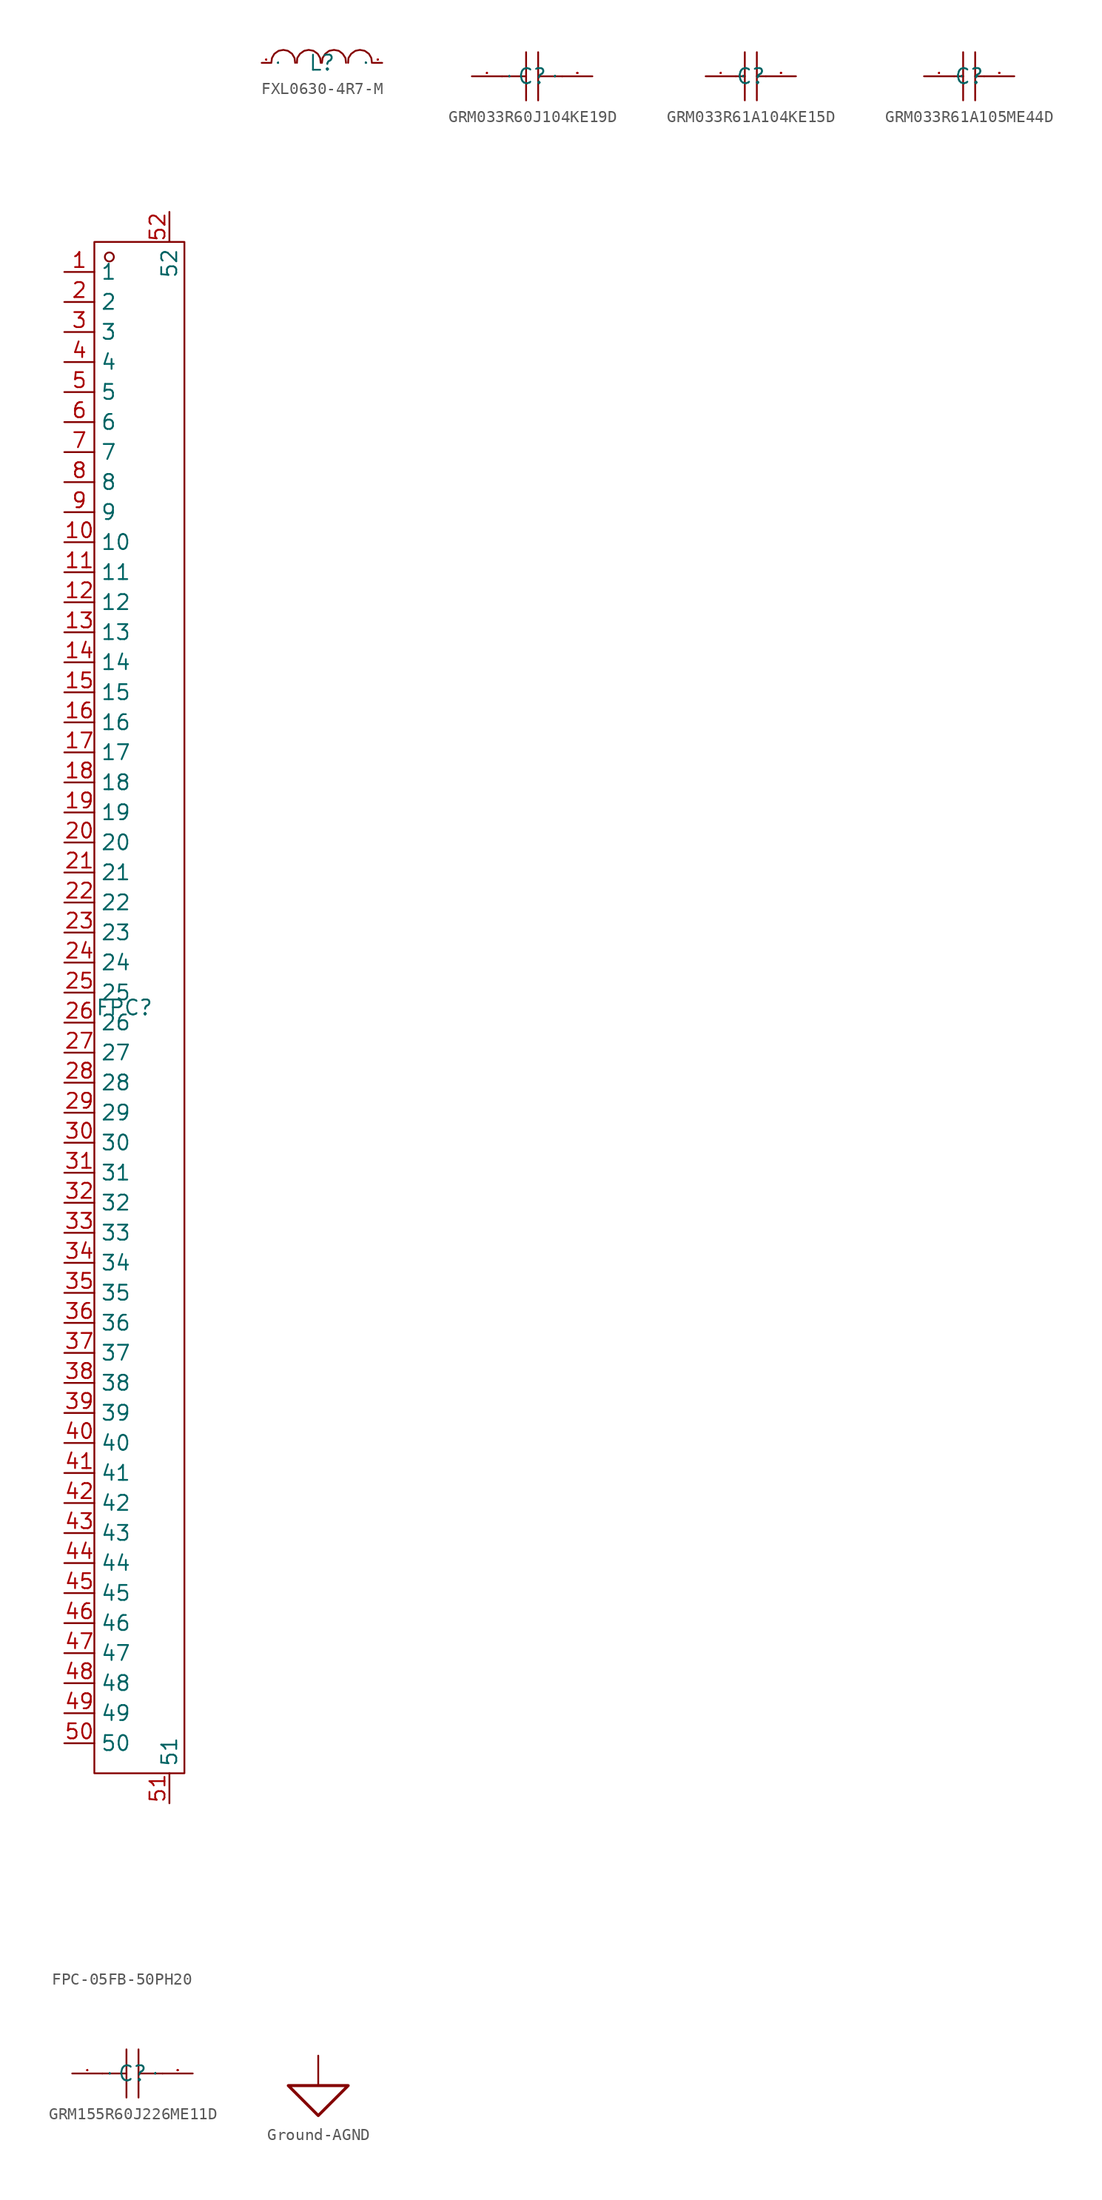
<source format=kicad_sym>
(kicad_symbol_lib
  (version 20231120)
  (generator "kicad_symbol_editor")
  (generator_version "8.0")
  (symbol "FPC-05FB-50PH20"
    (property "Reference" "FPC"
      (at 0 0 0)
      (effects (font (size 1.27 1.27))))
    (property "Value" ""
      (at 0 0 0)
      (effects (font (size 1.27 1.27))))
    (symbol "FPC-05FB-50PH20_1_0"
      (rectangle (start -2.54 -64.77) (end 5.08 64.77) (stroke (width 0) (type default)) (fill (type none)))
      (circle (center -1.27 63.5) (radius 0.381) (stroke (width 0) (type default)) (fill (type none)))
      (pin unspecified line (at -5.08 62.23 0) (length 2.54) (name "1" (effects (font (size 1.27 1.27)))) (number "1" (effects (font (size 1.27 1.27)))))
      (pin unspecified line (at -5.08 39.37 0) (length 2.54) (name "10" (effects (font (size 1.27 1.27)))) (number "10" (effects (font (size 1.27 1.27)))))
      (pin unspecified line (at -5.08 36.83 0) (length 2.54) (name "11" (effects (font (size 1.27 1.27)))) (number "11" (effects (font (size 1.27 1.27)))))
      (pin unspecified line (at -5.08 34.29 0) (length 2.54) (name "12" (effects (font (size 1.27 1.27)))) (number "12" (effects (font (size 1.27 1.27)))))
      (pin unspecified line (at -5.08 31.75 0) (length 2.54) (name "13" (effects (font (size 1.27 1.27)))) (number "13" (effects (font (size 1.27 1.27)))))
      (pin unspecified line (at -5.08 29.21 0) (length 2.54) (name "14" (effects (font (size 1.27 1.27)))) (number "14" (effects (font (size 1.27 1.27)))))
      (pin unspecified line (at -5.08 26.67 0) (length 2.54) (name "15" (effects (font (size 1.27 1.27)))) (number "15" (effects (font (size 1.27 1.27)))))
      (pin unspecified line (at -5.08 24.13 0) (length 2.54) (name "16" (effects (font (size 1.27 1.27)))) (number "16" (effects (font (size 1.27 1.27)))))
      (pin unspecified line (at -5.08 21.59 0) (length 2.54) (name "17" (effects (font (size 1.27 1.27)))) (number "17" (effects (font (size 1.27 1.27)))))
      (pin unspecified line (at -5.08 19.05 0) (length 2.54) (name "18" (effects (font (size 1.27 1.27)))) (number "18" (effects (font (size 1.27 1.27)))))
      (pin unspecified line (at -5.08 16.51 0) (length 2.54) (name "19" (effects (font (size 1.27 1.27)))) (number "19" (effects (font (size 1.27 1.27)))))
      (pin unspecified line (at -5.08 59.69 0) (length 2.54) (name "2" (effects (font (size 1.27 1.27)))) (number "2" (effects (font (size 1.27 1.27)))))
      (pin unspecified line (at -5.08 13.97 0) (length 2.54) (name "20" (effects (font (size 1.27 1.27)))) (number "20" (effects (font (size 1.27 1.27)))))
      (pin unspecified line (at -5.08 11.43 0) (length 2.54) (name "21" (effects (font (size 1.27 1.27)))) (number "21" (effects (font (size 1.27 1.27)))))
      (pin unspecified line (at -5.08 8.89 0) (length 2.54) (name "22" (effects (font (size 1.27 1.27)))) (number "22" (effects (font (size 1.27 1.27)))))
      (pin unspecified line (at -5.08 6.35 0) (length 2.54) (name "23" (effects (font (size 1.27 1.27)))) (number "23" (effects (font (size 1.27 1.27)))))
      (pin unspecified line (at -5.08 3.81 0) (length 2.54) (name "24" (effects (font (size 1.27 1.27)))) (number "24" (effects (font (size 1.27 1.27)))))
      (pin unspecified line (at -5.08 1.27 0) (length 2.54) (name "25" (effects (font (size 1.27 1.27)))) (number "25" (effects (font (size 1.27 1.27)))))
      (pin unspecified line (at -5.08 -1.27 0) (length 2.54) (name "26" (effects (font (size 1.27 1.27)))) (number "26" (effects (font (size 1.27 1.27)))))
      (pin unspecified line (at -5.08 -3.81 0) (length 2.54) (name "27" (effects (font (size 1.27 1.27)))) (number "27" (effects (font (size 1.27 1.27)))))
      (pin unspecified line (at -5.08 -6.35 0) (length 2.54) (name "28" (effects (font (size 1.27 1.27)))) (number "28" (effects (font (size 1.27 1.27)))))
      (pin unspecified line (at -5.08 -8.89 0) (length 2.54) (name "29" (effects (font (size 1.27 1.27)))) (number "29" (effects (font (size 1.27 1.27)))))
      (pin unspecified line (at -5.08 57.15 0) (length 2.54) (name "3" (effects (font (size 1.27 1.27)))) (number "3" (effects (font (size 1.27 1.27)))))
      (pin unspecified line (at -5.08 -11.43 0) (length 2.54) (name "30" (effects (font (size 1.27 1.27)))) (number "30" (effects (font (size 1.27 1.27)))))
      (pin unspecified line (at -5.08 -13.97 0) (length 2.54) (name "31" (effects (font (size 1.27 1.27)))) (number "31" (effects (font (size 1.27 1.27)))))
      (pin unspecified line (at -5.08 -16.51 0) (length 2.54) (name "32" (effects (font (size 1.27 1.27)))) (number "32" (effects (font (size 1.27 1.27)))))
      (pin unspecified line (at -5.08 -19.05 0) (length 2.54) (name "33" (effects (font (size 1.27 1.27)))) (number "33" (effects (font (size 1.27 1.27)))))
      (pin unspecified line (at -5.08 -21.59 0) (length 2.54) (name "34" (effects (font (size 1.27 1.27)))) (number "34" (effects (font (size 1.27 1.27)))))
      (pin unspecified line (at -5.08 -24.13 0) (length 2.54) (name "35" (effects (font (size 1.27 1.27)))) (number "35" (effects (font (size 1.27 1.27)))))
      (pin unspecified line (at -5.08 -26.67 0) (length 2.54) (name "36" (effects (font (size 1.27 1.27)))) (number "36" (effects (font (size 1.27 1.27)))))
      (pin unspecified line (at -5.08 -29.21 0) (length 2.54) (name "37" (effects (font (size 1.27 1.27)))) (number "37" (effects (font (size 1.27 1.27)))))
      (pin unspecified line (at -5.08 -31.75 0) (length 2.54) (name "38" (effects (font (size 1.27 1.27)))) (number "38" (effects (font (size 1.27 1.27)))))
      (pin unspecified line (at -5.08 -34.29 0) (length 2.54) (name "39" (effects (font (size 1.27 1.27)))) (number "39" (effects (font (size 1.27 1.27)))))
      (pin unspecified line (at -5.08 54.61 0) (length 2.54) (name "4" (effects (font (size 1.27 1.27)))) (number "4" (effects (font (size 1.27 1.27)))))
      (pin unspecified line (at -5.08 -36.83 0) (length 2.54) (name "40" (effects (font (size 1.27 1.27)))) (number "40" (effects (font (size 1.27 1.27)))))
      (pin unspecified line (at -5.08 -39.37 0) (length 2.54) (name "41" (effects (font (size 1.27 1.27)))) (number "41" (effects (font (size 1.27 1.27)))))
      (pin unspecified line (at -5.08 -41.91 0) (length 2.54) (name "42" (effects (font (size 1.27 1.27)))) (number "42" (effects (font (size 1.27 1.27)))))
      (pin unspecified line (at -5.08 -44.45 0) (length 2.54) (name "43" (effects (font (size 1.27 1.27)))) (number "43" (effects (font (size 1.27 1.27)))))
      (pin unspecified line (at -5.08 -46.99 0) (length 2.54) (name "44" (effects (font (size 1.27 1.27)))) (number "44" (effects (font (size 1.27 1.27)))))
      (pin unspecified line (at -5.08 -49.53 0) (length 2.54) (name "45" (effects (font (size 1.27 1.27)))) (number "45" (effects (font (size 1.27 1.27)))))
      (pin unspecified line (at -5.08 -52.07 0) (length 2.54) (name "46" (effects (font (size 1.27 1.27)))) (number "46" (effects (font (size 1.27 1.27)))))
      (pin unspecified line (at -5.08 -54.61 0) (length 2.54) (name "47" (effects (font (size 1.27 1.27)))) (number "47" (effects (font (size 1.27 1.27)))))
      (pin unspecified line (at -5.08 -57.15 0) (length 2.54) (name "48" (effects (font (size 1.27 1.27)))) (number "48" (effects (font (size 1.27 1.27)))))
      (pin unspecified line (at -5.08 -59.69 0) (length 2.54) (name "49" (effects (font (size 1.27 1.27)))) (number "49" (effects (font (size 1.27 1.27)))))
      (pin unspecified line (at -5.08 52.07 0) (length 2.54) (name "5" (effects (font (size 1.27 1.27)))) (number "5" (effects (font (size 1.27 1.27)))))
      (pin unspecified line (at -5.08 -62.23 0) (length 2.54) (name "50" (effects (font (size 1.27 1.27)))) (number "50" (effects (font (size 1.27 1.27)))))
      (pin unspecified line (at 3.81 -67.31 90) (length 2.54) (name "51" (effects (font (size 1.27 1.27)))) (number "51" (effects (font (size 1.27 1.27)))))
      (pin unspecified line (at 3.81 67.31 270) (length 2.54) (name "52" (effects (font (size 1.27 1.27)))) (number "52" (effects (font (size 1.27 1.27)))))
      (pin unspecified line (at -5.08 49.53 0) (length 2.54) (name "6" (effects (font (size 1.27 1.27)))) (number "6" (effects (font (size 1.27 1.27)))))
      (pin unspecified line (at -5.08 46.99 0) (length 2.54) (name "7" (effects (font (size 1.27 1.27)))) (number "7" (effects (font (size 1.27 1.27)))))
      (pin unspecified line (at -5.08 44.45 0) (length 2.54) (name "8" (effects (font (size 1.27 1.27)))) (number "8" (effects (font (size 1.27 1.27)))))
      (pin unspecified line (at -5.08 41.91 0) (length 2.54) (name "9" (effects (font (size 1.27 1.27)))) (number "9" (effects (font (size 1.27 1.27)))))))
  (symbol "FXL0630-4R7-M"
    (property "Reference" "L"
      (at 0 0 0)
      (effects (font (size 1.27 1.27))))
    (property "Value" ""
      (at 0 0 0)
      (effects (font (size 1.27 1.27))))
    (symbol "FXL0630-4R7-M_1_0"
      (polyline (pts (xy -4.267 0) (xy -4.216 0.406) (xy -4.216 0.406) (xy -4.013 0.762) (xy -4.013 0.762) (xy -3.658 1.016) (xy -3.658 1.016) (xy -3.251 1.092) (xy -3.251 1.092) (xy -2.87 1.016) (xy -2.87 1.016) (xy -2.515 0.762) (xy -2.515 0.762) (xy -2.311 0.406) (xy -2.311 0.406) (xy -2.261 0)) (stroke (width 0) (type default)) (fill (type none)))
      (polyline (pts (xy -2.108 0) (xy -2.083 0.406) (xy -2.083 0.406) (xy -1.854 0.762) (xy -1.854 0.762) (xy -1.499 1.016) (xy -1.499 1.016) (xy -1.118 1.092) (xy -1.118 1.092) (xy -0.711 1.016) (xy -0.711 1.016) (xy -0.356 0.762) (xy -0.356 0.762) (xy -0.152 0.406) (xy -0.152 0.406) (xy -0.102 0)) (stroke (width 0) (type default)) (fill (type none)))
      (polyline (pts (xy 0 0) (xy 0.051 0.406) (xy 0.051 0.406) (xy 0.279 0.762) (xy 0.279 0.762) (xy 0.61 1.016) (xy 0.61 1.016) (xy 1.016 1.092) (xy 1.016 1.092) (xy 1.422 1.016) (xy 1.422 1.016) (xy 1.753 0.762) (xy 1.753 0.762) (xy 1.981 0.406) (xy 1.981 0.406) (xy 2.032 0)) (stroke (width 0) (type default)) (fill (type none)))
      (polyline (pts (xy 2.21 0) (xy 2.235 0.406) (xy 2.235 0.406) (xy 2.464 0.762) (xy 2.464 0.762) (xy 2.819 1.016) (xy 2.819 1.016) (xy 3.2 1.092) (xy 3.2 1.092) (xy 3.607 1.016) (xy 3.607 1.016) (xy 3.962 0.762) (xy 3.962 0.762) (xy 4.166 0.406) (xy 4.166 0.406) (xy 4.216 0)) (stroke (width 0) (type default)) (fill (type none)))
      (pin unspecified line (at -5.08 0 0) (length 0.762) (name "1" (effects (font (size 0.025 0.025)))) (number "1" (effects (font (size 0.025 0.025)))))
      (pin unspecified line (at 5.08 0 180) (length 0.762) (name "2" (effects (font (size 0.025 0.025)))) (number "2" (effects (font (size 0.025 0.025)))))))
  (symbol "GRM033R60J104KE19D"
    (property "Reference" "C"
      (at 0 0 0)
      (effects (font (size 1.27 1.27))))
    (symbol "GRM033R60J104KE19D_1_0"
      (polyline (pts (xy -0.508 -2.032) (xy -0.508 2.032)) (stroke (width 0) (type default)) (fill (type none)))
      (polyline (pts (xy -0.508 0) (xy -2.54 0)) (stroke (width 0) (type default)) (fill (type none)))
      (polyline (pts (xy 0.508 2.032) (xy 0.508 -2.032)) (stroke (width 0) (type default)) (fill (type none)))
      (polyline (pts (xy 2.54 0) (xy 0.508 0)) (stroke (width 0) (type default)) (fill (type none)))
      (pin input line (at -5.08 0 0) (length 2.54) (name "1" (effects (font (size 0.025 0.025)))) (number "1" (effects (font (size 0.025 0.025)))))
      (pin input line (at 5.08 0 180) (length 2.54) (name "2" (effects (font (size 0.025 0.025)))) (number "2" (effects (font (size 0.025 0.025)))))))
  (symbol "GRM033R61A104KE15D"
    (property "Reference" "C"
      (at 0 0 0)
      (effects (font (size 1.27 1.27))))
    (symbol "GRM033R61A104KE15D_1_0"
      (polyline (pts (xy -1.27 0) (xy -0.508 0)) (stroke (width 0) (type default)) (fill (type none)))
      (polyline (pts (xy -0.508 2.032) (xy -0.508 -2.032)) (stroke (width 0) (type default)) (fill (type none)))
      (polyline (pts (xy 0.508 0) (xy 1.27 0)) (stroke (width 0) (type default)) (fill (type none)))
      (polyline (pts (xy 0.508 2.032) (xy 0.508 -2.032)) (stroke (width 0) (type default)) (fill (type none)))
      (pin input line (at -3.81 0 0) (length 2.54) (name "1" (effects (font (size 0.025 0.025)))) (number "1" (effects (font (size 0.025 0.025)))))
      (pin input line (at 3.81 0 180) (length 2.54) (name "2" (effects (font (size 0.025 0.025)))) (number "2" (effects (font (size 0.025 0.025)))))))
  (symbol "GRM033R61A105ME44D"
    (property "Reference" "C"
      (at 0 0 0)
      (effects (font (size 1.27 1.27))))
    (symbol "GRM033R61A105ME44D_1_0"
      (polyline (pts (xy -1.27 0) (xy -0.508 0)) (stroke (width 0) (type default)) (fill (type none)))
      (polyline (pts (xy -0.508 2.032) (xy -0.508 -2.032)) (stroke (width 0) (type default)) (fill (type none)))
      (polyline (pts (xy 0.508 0) (xy 1.27 0)) (stroke (width 0) (type default)) (fill (type none)))
      (polyline (pts (xy 0.508 2.032) (xy 0.508 -2.032)) (stroke (width 0) (type default)) (fill (type none)))
      (pin input line (at -3.81 0 0) (length 2.54) (name "1" (effects (font (size 0.025 0.025)))) (number "1" (effects (font (size 0.025 0.025)))))
      (pin input line (at 3.81 0 180) (length 2.54) (name "2" (effects (font (size 0.025 0.025)))) (number "2" (effects (font (size 0.025 0.025)))))))
  (symbol "GRM155R60J226ME11D"
    (property "Reference" "C"
      (at 0 0 0)
      (effects (font (size 1.27 1.27))))
    (symbol "GRM155R60J226ME11D_1_0"
      (polyline (pts (xy -0.508 -2.032) (xy -0.508 2.032)) (stroke (width 0) (type default)) (fill (type none)))
      (polyline (pts (xy -0.508 0) (xy -2.54 0)) (stroke (width 0) (type default)) (fill (type none)))
      (polyline (pts (xy 0.508 2.032) (xy 0.508 -2.032)) (stroke (width 0) (type default)) (fill (type none)))
      (polyline (pts (xy 2.54 0) (xy 0.508 0)) (stroke (width 0) (type default)) (fill (type none)))
      (pin unspecified line (at -5.08 0 0) (length 2.54) (name "1" (effects (font (size 0.025 0.025)))) (number "1" (effects (font (size 0.025 0.025)))))
      (pin unspecified line (at 5.08 0 180) (length 2.54) (name "2" (effects (font (size 0.025 0.025)))) (number "2" (effects (font (size 0.025 0.025)))))))
  (symbol "Ground-AGND"
    (power)
    (pin_numbers hide)
    (pin_names hide)
    (property "Reference" "#PWR"
      (at 0 0 0)
      (effects (font (size 1.27 1.27)) (hide yes)))
    (symbol "Ground-AGND_1_0"
      (polyline (pts (xy -2.54 -2.54) (xy 2.54 -2.54) (xy 0 -5.08) (xy -2.54 -2.54)) (stroke (width 0.254) (type solid)) (fill (type none)))
      (pin power_in line (at 0 0 270) (length 2.54) (name "" (effects (font (size 1.27 1.27)))) (number "1" (effects (font (size 0.025 0.025))))))))
</source>
